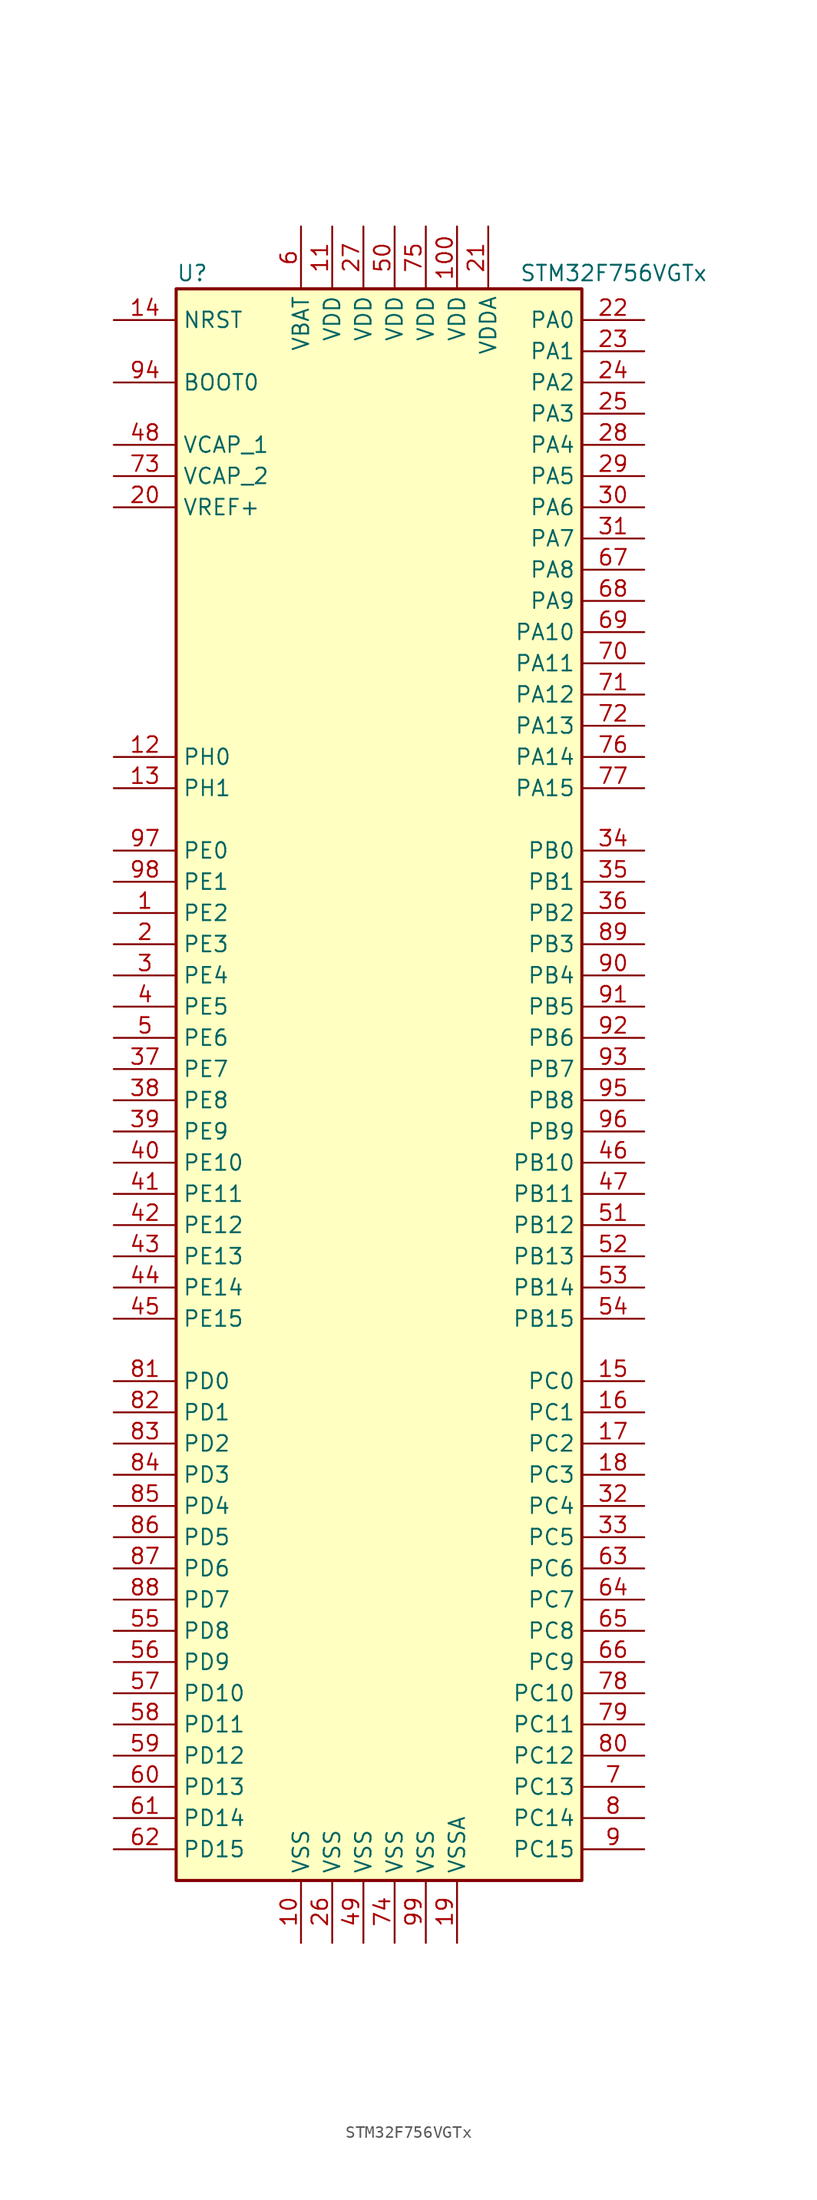
<source format=kicad_sym>
(kicad_symbol_lib
  (version 20201005)
  (generator kicad_symbol_editor)
  (symbol "MCU_ST_STM32F7:STM32F756VGTx"
    (property "Reference" "U"
      (at -17.78 64.77 0)
      (effects (font (size 1.27 1.27)) (justify left)))
    (property "Value" "STM32F756VGTx"
      (at 10.16 64.77 0)
      (effects (font (size 1.27 1.27)) (justify left)))
    (symbol "STM32F756VGTx_0_1"
      (rectangle (start -17.78 -66.04) (end 15.24 63.5) (stroke (width 0.254)) (fill (type background))))
    (symbol "STM32F756VGTx_1_1"
      (pin input line (at -22.86 55.88 0) (length 5.08) (name "BOOT0" (effects (font (size 1.27 1.27)))) (number "94" (effects (font (size 1.27 1.27)))))
      (pin input line (at -22.86 60.96 0) (length 5.08) (name "NRST" (effects (font (size 1.27 1.27)))) (number "14" (effects (font (size 1.27 1.27)))))
      (pin bidirectional line (at 20.32 60.96 180) (length 5.08) (name "PA0" (effects (font (size 1.27 1.27)))) (number "22" (effects (font (size 1.27 1.27)))))
      (pin bidirectional line (at 20.32 58.42 180) (length 5.08) (name "PA1" (effects (font (size 1.27 1.27)))) (number "23" (effects (font (size 1.27 1.27)))))
      (pin bidirectional line (at 20.32 35.56 180) (length 5.08) (name "PA10" (effects (font (size 1.27 1.27)))) (number "69" (effects (font (size 1.27 1.27)))))
      (pin bidirectional line (at 20.32 33.02 180) (length 5.08) (name "PA11" (effects (font (size 1.27 1.27)))) (number "70" (effects (font (size 1.27 1.27)))))
      (pin bidirectional line (at 20.32 30.48 180) (length 5.08) (name "PA12" (effects (font (size 1.27 1.27)))) (number "71" (effects (font (size 1.27 1.27)))))
      (pin bidirectional line (at 20.32 27.94 180) (length 5.08) (name "PA13" (effects (font (size 1.27 1.27)))) (number "72" (effects (font (size 1.27 1.27)))))
      (pin bidirectional line (at 20.32 25.4 180) (length 5.08) (name "PA14" (effects (font (size 1.27 1.27)))) (number "76" (effects (font (size 1.27 1.27)))))
      (pin bidirectional line (at 20.32 22.86 180) (length 5.08) (name "PA15" (effects (font (size 1.27 1.27)))) (number "77" (effects (font (size 1.27 1.27)))))
      (pin bidirectional line (at 20.32 55.88 180) (length 5.08) (name "PA2" (effects (font (size 1.27 1.27)))) (number "24" (effects (font (size 1.27 1.27)))))
      (pin bidirectional line (at 20.32 53.34 180) (length 5.08) (name "PA3" (effects (font (size 1.27 1.27)))) (number "25" (effects (font (size 1.27 1.27)))))
      (pin bidirectional line (at 20.32 50.8 180) (length 5.08) (name "PA4" (effects (font (size 1.27 1.27)))) (number "28" (effects (font (size 1.27 1.27)))))
      (pin bidirectional line (at 20.32 48.26 180) (length 5.08) (name "PA5" (effects (font (size 1.27 1.27)))) (number "29" (effects (font (size 1.27 1.27)))))
      (pin bidirectional line (at 20.32 45.72 180) (length 5.08) (name "PA6" (effects (font (size 1.27 1.27)))) (number "30" (effects (font (size 1.27 1.27)))))
      (pin bidirectional line (at 20.32 43.18 180) (length 5.08) (name "PA7" (effects (font (size 1.27 1.27)))) (number "31" (effects (font (size 1.27 1.27)))))
      (pin bidirectional line (at 20.32 40.64 180) (length 5.08) (name "PA8" (effects (font (size 1.27 1.27)))) (number "67" (effects (font (size 1.27 1.27)))))
      (pin bidirectional line (at 20.32 38.1 180) (length 5.08) (name "PA9" (effects (font (size 1.27 1.27)))) (number "68" (effects (font (size 1.27 1.27)))))
      (pin bidirectional line (at 20.32 17.78 180) (length 5.08) (name "PB0" (effects (font (size 1.27 1.27)))) (number "34" (effects (font (size 1.27 1.27)))))
      (pin bidirectional line (at 20.32 15.24 180) (length 5.08) (name "PB1" (effects (font (size 1.27 1.27)))) (number "35" (effects (font (size 1.27 1.27)))))
      (pin bidirectional line (at 20.32 -7.62 180) (length 5.08) (name "PB10" (effects (font (size 1.27 1.27)))) (number "46" (effects (font (size 1.27 1.27)))))
      (pin bidirectional line (at 20.32 -10.16 180) (length 5.08) (name "PB11" (effects (font (size 1.27 1.27)))) (number "47" (effects (font (size 1.27 1.27)))))
      (pin bidirectional line (at 20.32 -12.7 180) (length 5.08) (name "PB12" (effects (font (size 1.27 1.27)))) (number "51" (effects (font (size 1.27 1.27)))))
      (pin bidirectional line (at 20.32 -15.24 180) (length 5.08) (name "PB13" (effects (font (size 1.27 1.27)))) (number "52" (effects (font (size 1.27 1.27)))))
      (pin bidirectional line (at 20.32 -17.78 180) (length 5.08) (name "PB14" (effects (font (size 1.27 1.27)))) (number "53" (effects (font (size 1.27 1.27)))))
      (pin bidirectional line (at 20.32 -20.32 180) (length 5.08) (name "PB15" (effects (font (size 1.27 1.27)))) (number "54" (effects (font (size 1.27 1.27)))))
      (pin bidirectional line (at 20.32 12.7 180) (length 5.08) (name "PB2" (effects (font (size 1.27 1.27)))) (number "36" (effects (font (size 1.27 1.27)))))
      (pin bidirectional line (at 20.32 10.16 180) (length 5.08) (name "PB3" (effects (font (size 1.27 1.27)))) (number "89" (effects (font (size 1.27 1.27)))))
      (pin bidirectional line (at 20.32 7.62 180) (length 5.08) (name "PB4" (effects (font (size 1.27 1.27)))) (number "90" (effects (font (size 1.27 1.27)))))
      (pin bidirectional line (at 20.32 5.08 180) (length 5.08) (name "PB5" (effects (font (size 1.27 1.27)))) (number "91" (effects (font (size 1.27 1.27)))))
      (pin bidirectional line (at 20.32 2.54 180) (length 5.08) (name "PB6" (effects (font (size 1.27 1.27)))) (number "92" (effects (font (size 1.27 1.27)))))
      (pin bidirectional line (at 20.32 0 180) (length 5.08) (name "PB7" (effects (font (size 1.27 1.27)))) (number "93" (effects (font (size 1.27 1.27)))))
      (pin bidirectional line (at 20.32 -2.54 180) (length 5.08) (name "PB8" (effects (font (size 1.27 1.27)))) (number "95" (effects (font (size 1.27 1.27)))))
      (pin bidirectional line (at 20.32 -5.08 180) (length 5.08) (name "PB9" (effects (font (size 1.27 1.27)))) (number "96" (effects (font (size 1.27 1.27)))))
      (pin bidirectional line (at 20.32 -25.4 180) (length 5.08) (name "PC0" (effects (font (size 1.27 1.27)))) (number "15" (effects (font (size 1.27 1.27)))))
      (pin bidirectional line (at 20.32 -27.94 180) (length 5.08) (name "PC1" (effects (font (size 1.27 1.27)))) (number "16" (effects (font (size 1.27 1.27)))))
      (pin bidirectional line (at 20.32 -50.8 180) (length 5.08) (name "PC10" (effects (font (size 1.27 1.27)))) (number "78" (effects (font (size 1.27 1.27)))))
      (pin bidirectional line (at 20.32 -53.34 180) (length 5.08) (name "PC11" (effects (font (size 1.27 1.27)))) (number "79" (effects (font (size 1.27 1.27)))))
      (pin bidirectional line (at 20.32 -55.88 180) (length 5.08) (name "PC12" (effects (font (size 1.27 1.27)))) (number "80" (effects (font (size 1.27 1.27)))))
      (pin bidirectional line (at 20.32 -58.42 180) (length 5.08) (name "PC13" (effects (font (size 1.27 1.27)))) (number "7" (effects (font (size 1.27 1.27)))))
      (pin bidirectional line (at 20.32 -60.96 180) (length 5.08) (name "PC14" (effects (font (size 1.27 1.27)))) (number "8" (effects (font (size 1.27 1.27)))))
      (pin bidirectional line (at 20.32 -63.5 180) (length 5.08) (name "PC15" (effects (font (size 1.27 1.27)))) (number "9" (effects (font (size 1.27 1.27)))))
      (pin bidirectional line (at 20.32 -30.48 180) (length 5.08) (name "PC2" (effects (font (size 1.27 1.27)))) (number "17" (effects (font (size 1.27 1.27)))))
      (pin bidirectional line (at 20.32 -33.02 180) (length 5.08) (name "PC3" (effects (font (size 1.27 1.27)))) (number "18" (effects (font (size 1.27 1.27)))))
      (pin bidirectional line (at 20.32 -35.56 180) (length 5.08) (name "PC4" (effects (font (size 1.27 1.27)))) (number "32" (effects (font (size 1.27 1.27)))))
      (pin bidirectional line (at 20.32 -38.1 180) (length 5.08) (name "PC5" (effects (font (size 1.27 1.27)))) (number "33" (effects (font (size 1.27 1.27)))))
      (pin bidirectional line (at 20.32 -40.64 180) (length 5.08) (name "PC6" (effects (font (size 1.27 1.27)))) (number "63" (effects (font (size 1.27 1.27)))))
      (pin bidirectional line (at 20.32 -43.18 180) (length 5.08) (name "PC7" (effects (font (size 1.27 1.27)))) (number "64" (effects (font (size 1.27 1.27)))))
      (pin bidirectional line (at 20.32 -45.72 180) (length 5.08) (name "PC8" (effects (font (size 1.27 1.27)))) (number "65" (effects (font (size 1.27 1.27)))))
      (pin bidirectional line (at 20.32 -48.26 180) (length 5.08) (name "PC9" (effects (font (size 1.27 1.27)))) (number "66" (effects (font (size 1.27 1.27)))))
      (pin bidirectional line (at -22.86 -25.4 0) (length 5.08) (name "PD0" (effects (font (size 1.27 1.27)))) (number "81" (effects (font (size 1.27 1.27)))))
      (pin bidirectional line (at -22.86 -27.94 0) (length 5.08) (name "PD1" (effects (font (size 1.27 1.27)))) (number "82" (effects (font (size 1.27 1.27)))))
      (pin bidirectional line (at -22.86 -50.8 0) (length 5.08) (name "PD10" (effects (font (size 1.27 1.27)))) (number "57" (effects (font (size 1.27 1.27)))))
      (pin bidirectional line (at -22.86 -53.34 0) (length 5.08) (name "PD11" (effects (font (size 1.27 1.27)))) (number "58" (effects (font (size 1.27 1.27)))))
      (pin bidirectional line (at -22.86 -55.88 0) (length 5.08) (name "PD12" (effects (font (size 1.27 1.27)))) (number "59" (effects (font (size 1.27 1.27)))))
      (pin bidirectional line (at -22.86 -58.42 0) (length 5.08) (name "PD13" (effects (font (size 1.27 1.27)))) (number "60" (effects (font (size 1.27 1.27)))))
      (pin bidirectional line (at -22.86 -60.96 0) (length 5.08) (name "PD14" (effects (font (size 1.27 1.27)))) (number "61" (effects (font (size 1.27 1.27)))))
      (pin bidirectional line (at -22.86 -63.5 0) (length 5.08) (name "PD15" (effects (font (size 1.27 1.27)))) (number "62" (effects (font (size 1.27 1.27)))))
      (pin bidirectional line (at -22.86 -30.48 0) (length 5.08) (name "PD2" (effects (font (size 1.27 1.27)))) (number "83" (effects (font (size 1.27 1.27)))))
      (pin bidirectional line (at -22.86 -33.02 0) (length 5.08) (name "PD3" (effects (font (size 1.27 1.27)))) (number "84" (effects (font (size 1.27 1.27)))))
      (pin bidirectional line (at -22.86 -35.56 0) (length 5.08) (name "PD4" (effects (font (size 1.27 1.27)))) (number "85" (effects (font (size 1.27 1.27)))))
      (pin bidirectional line (at -22.86 -38.1 0) (length 5.08) (name "PD5" (effects (font (size 1.27 1.27)))) (number "86" (effects (font (size 1.27 1.27)))))
      (pin bidirectional line (at -22.86 -40.64 0) (length 5.08) (name "PD6" (effects (font (size 1.27 1.27)))) (number "87" (effects (font (size 1.27 1.27)))))
      (pin bidirectional line (at -22.86 -43.18 0) (length 5.08) (name "PD7" (effects (font (size 1.27 1.27)))) (number "88" (effects (font (size 1.27 1.27)))))
      (pin bidirectional line (at -22.86 -45.72 0) (length 5.08) (name "PD8" (effects (font (size 1.27 1.27)))) (number "55" (effects (font (size 1.27 1.27)))))
      (pin bidirectional line (at -22.86 -48.26 0) (length 5.08) (name "PD9" (effects (font (size 1.27 1.27)))) (number "56" (effects (font (size 1.27 1.27)))))
      (pin bidirectional line (at -22.86 17.78 0) (length 5.08) (name "PE0" (effects (font (size 1.27 1.27)))) (number "97" (effects (font (size 1.27 1.27)))))
      (pin bidirectional line (at -22.86 15.24 0) (length 5.08) (name "PE1" (effects (font (size 1.27 1.27)))) (number "98" (effects (font (size 1.27 1.27)))))
      (pin bidirectional line (at -22.86 -7.62 0) (length 5.08) (name "PE10" (effects (font (size 1.27 1.27)))) (number "40" (effects (font (size 1.27 1.27)))))
      (pin bidirectional line (at -22.86 -10.16 0) (length 5.08) (name "PE11" (effects (font (size 1.27 1.27)))) (number "41" (effects (font (size 1.27 1.27)))))
      (pin bidirectional line (at -22.86 -12.7 0) (length 5.08) (name "PE12" (effects (font (size 1.27 1.27)))) (number "42" (effects (font (size 1.27 1.27)))))
      (pin bidirectional line (at -22.86 -15.24 0) (length 5.08) (name "PE13" (effects (font (size 1.27 1.27)))) (number "43" (effects (font (size 1.27 1.27)))))
      (pin bidirectional line (at -22.86 -17.78 0) (length 5.08) (name "PE14" (effects (font (size 1.27 1.27)))) (number "44" (effects (font (size 1.27 1.27)))))
      (pin bidirectional line (at -22.86 -20.32 0) (length 5.08) (name "PE15" (effects (font (size 1.27 1.27)))) (number "45" (effects (font (size 1.27 1.27)))))
      (pin bidirectional line (at -22.86 12.7 0) (length 5.08) (name "PE2" (effects (font (size 1.27 1.27)))) (number "1" (effects (font (size 1.27 1.27)))))
      (pin bidirectional line (at -22.86 10.16 0) (length 5.08) (name "PE3" (effects (font (size 1.27 1.27)))) (number "2" (effects (font (size 1.27 1.27)))))
      (pin bidirectional line (at -22.86 7.62 0) (length 5.08) (name "PE4" (effects (font (size 1.27 1.27)))) (number "3" (effects (font (size 1.27 1.27)))))
      (pin bidirectional line (at -22.86 5.08 0) (length 5.08) (name "PE5" (effects (font (size 1.27 1.27)))) (number "4" (effects (font (size 1.27 1.27)))))
      (pin bidirectional line (at -22.86 2.54 0) (length 5.08) (name "PE6" (effects (font (size 1.27 1.27)))) (number "5" (effects (font (size 1.27 1.27)))))
      (pin bidirectional line (at -22.86 0 0) (length 5.08) (name "PE7" (effects (font (size 1.27 1.27)))) (number "37" (effects (font (size 1.27 1.27)))))
      (pin bidirectional line (at -22.86 -2.54 0) (length 5.08) (name "PE8" (effects (font (size 1.27 1.27)))) (number "38" (effects (font (size 1.27 1.27)))))
      (pin bidirectional line (at -22.86 -5.08 0) (length 5.08) (name "PE9" (effects (font (size 1.27 1.27)))) (number "39" (effects (font (size 1.27 1.27)))))
      (pin input line (at -22.86 25.4 0) (length 5.08) (name "PH0" (effects (font (size 1.27 1.27)))) (number "12" (effects (font (size 1.27 1.27)))))
      (pin input line (at -22.86 22.86 0) (length 5.08) (name "PH1" (effects (font (size 1.27 1.27)))) (number "13" (effects (font (size 1.27 1.27)))))
      (pin power_in line (at -7.62 68.58 270) (length 5.08) (name "VBAT" (effects (font (size 1.27 1.27)))) (number "6" (effects (font (size 1.27 1.27)))))
      (pin power_in line (at -22.86 50.8 0) (length 5.08) (name "VCAP_1" (effects (font (size 1.27 1.27)))) (number "48" (effects (font (size 1.27 1.27)))))
      (pin power_in line (at -22.86 48.26 0) (length 5.08) (name "VCAP_2" (effects (font (size 1.27 1.27)))) (number "73" (effects (font (size 1.27 1.27)))))
      (pin power_in line (at 5.08 68.58 270) (length 5.08) (name "VDD" (effects (font (size 1.27 1.27)))) (number "100" (effects (font (size 1.27 1.27)))))
      (pin power_in line (at -5.08 68.58 270) (length 5.08) (name "VDD" (effects (font (size 1.27 1.27)))) (number "11" (effects (font (size 1.27 1.27)))))
      (pin power_in line (at -2.54 68.58 270) (length 5.08) (name "VDD" (effects (font (size 1.27 1.27)))) (number "27" (effects (font (size 1.27 1.27)))))
      (pin power_in line (at 0 68.58 270) (length 5.08) (name "VDD" (effects (font (size 1.27 1.27)))) (number "50" (effects (font (size 1.27 1.27)))))
      (pin power_in line (at 2.54 68.58 270) (length 5.08) (name "VDD" (effects (font (size 1.27 1.27)))) (number "75" (effects (font (size 1.27 1.27)))))
      (pin power_in line (at 7.62 68.58 270) (length 5.08) (name "VDDA" (effects (font (size 1.27 1.27)))) (number "21" (effects (font (size 1.27 1.27)))))
      (pin power_in line (at -22.86 45.72 0) (length 5.08) (name "VREF+" (effects (font (size 1.27 1.27)))) (number "20" (effects (font (size 1.27 1.27)))))
      (pin power_in line (at -7.62 -71.12 90) (length 5.08) (name "VSS" (effects (font (size 1.27 1.27)))) (number "10" (effects (font (size 1.27 1.27)))))
      (pin power_in line (at -5.08 -71.12 90) (length 5.08) (name "VSS" (effects (font (size 1.27 1.27)))) (number "26" (effects (font (size 1.27 1.27)))))
      (pin power_in line (at -2.54 -71.12 90) (length 5.08) (name "VSS" (effects (font (size 1.27 1.27)))) (number "49" (effects (font (size 1.27 1.27)))))
      (pin power_in line (at 0 -71.12 90) (length 5.08) (name "VSS" (effects (font (size 1.27 1.27)))) (number "74" (effects (font (size 1.27 1.27)))))
      (pin power_in line (at 2.54 -71.12 90) (length 5.08) (name "VSS" (effects (font (size 1.27 1.27)))) (number "99" (effects (font (size 1.27 1.27)))))
      (pin power_in line (at 5.08 -71.12 90) (length 5.08) (name "VSSA" (effects (font (size 1.27 1.27)))) (number "19" (effects (font (size 1.27 1.27))))))))
</source>
